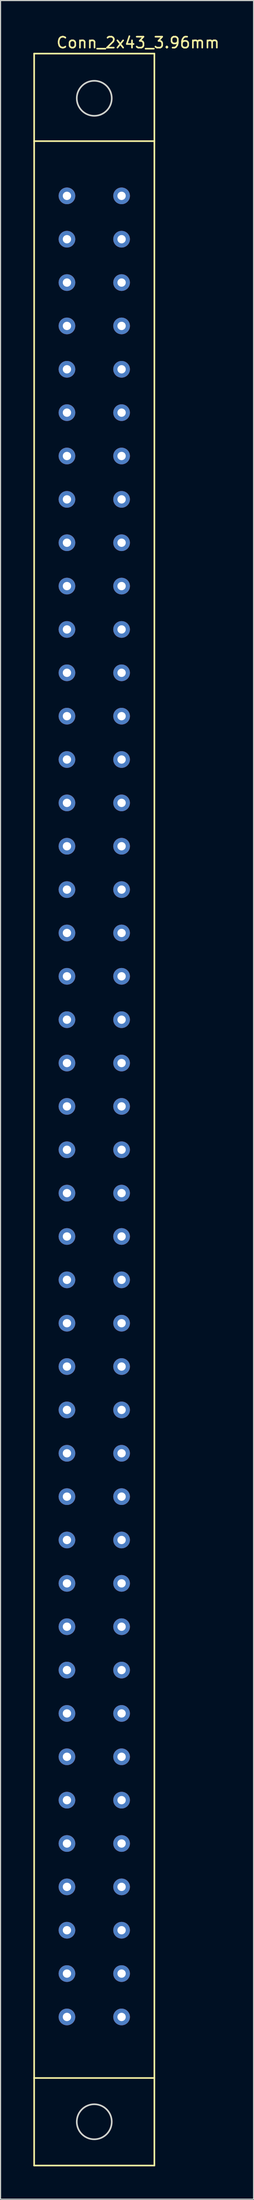
<source format=kicad_pcb>
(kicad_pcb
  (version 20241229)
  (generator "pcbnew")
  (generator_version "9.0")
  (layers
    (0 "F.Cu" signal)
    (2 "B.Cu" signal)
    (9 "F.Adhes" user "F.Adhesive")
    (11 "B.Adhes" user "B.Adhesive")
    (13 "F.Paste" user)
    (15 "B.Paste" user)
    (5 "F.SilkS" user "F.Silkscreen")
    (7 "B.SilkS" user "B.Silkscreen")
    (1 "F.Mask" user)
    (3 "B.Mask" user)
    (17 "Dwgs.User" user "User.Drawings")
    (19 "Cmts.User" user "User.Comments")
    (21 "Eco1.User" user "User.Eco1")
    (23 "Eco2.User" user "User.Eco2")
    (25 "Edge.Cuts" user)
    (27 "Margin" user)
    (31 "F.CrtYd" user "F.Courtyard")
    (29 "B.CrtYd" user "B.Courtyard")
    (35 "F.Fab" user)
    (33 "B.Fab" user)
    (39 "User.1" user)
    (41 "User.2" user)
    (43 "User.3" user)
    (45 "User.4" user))
  (footprint "Conn_2x43_3.96mm"
    (layer "F.Cu")
    (at 7.575 14.848)
    (property "Reference" "Conn_2x43_3.96mm" (at 2 -14 0) (unlocked yes) (layer "F.SilkS") (effects (font (size 1 1) (thickness 0.15))))
    (attr through_hole)
    (fp_line (start -7.5 -13) (end 3.5 -13) (stroke (width 0.15) (type solid)) (layer "F.SilkS"))
    (fp_line (start -7.5 -5) (end -7.5 -13) (stroke (width 0.15) (type solid)) (layer "F.SilkS"))
    (fp_line (start -7.5 -5) (end 3.5 -5) (stroke (width 0.15) (type solid)) (layer "F.SilkS"))
    (fp_line (start -7.5 172) (end -7.5 -5) (stroke (width 0.15) (type solid)) (layer "F.SilkS"))
    (fp_line (start -7.5 172) (end -7.5 180) (stroke (width 0.15) (type solid)) (layer "F.SilkS"))
    (fp_line (start -7.5 180) (end 3.5 180) (stroke (width 0.15) (type solid)) (layer "F.SilkS"))
    (fp_line (start 3.5 -13) (end 3.5 -5) (stroke (width 0.15) (type solid)) (layer "F.SilkS"))
    (fp_line (start 3.5 -5) (end 3.5 172) (stroke (width 0.15) (type solid)) (layer "F.SilkS"))
    (fp_line (start 3.5 172) (end -7.5 172) (stroke (width 0.15) (type solid)) (layer "F.SilkS"))
    (fp_line (start 3.5 180) (end 3.5 172) (stroke (width 0.15) (type solid)) (layer "F.SilkS"))
    (fp_circle (center -2 -8.914) (end -0.4 -8.914) (stroke (width 0.15) (type solid)) (fill no) (layer "Edge.Cuts"))
    (fp_circle (center -2 176) (end -0.4 176) (stroke (width 0.15) (type solid)) (fill no) (layer "Edge.Cuts"))
    (pad "1" thru_hole circle (at -4.5 0) (size 1.524 1.524) (drill 0.762) (layers "*.Cu" "*.Mask"))
    (pad "2" thru_hole circle (at 0.5 0) (size 1.524 1.524) (drill 0.762) (layers "*.Cu" "*.Mask"))
    (pad "3" thru_hole circle (at -4.5 3.962) (size 1.524 1.524) (drill 0.762) (layers "*.Cu" "*.Mask"))
    (pad "4" thru_hole circle (at 0.5 3.962) (size 1.524 1.524) (drill 0.762) (layers "*.Cu" "*.Mask"))
    (pad "5" thru_hole circle (at -4.5 7.925) (size 1.524 1.524) (drill 0.762) (layers "*.Cu" "*.Mask"))
    (pad "6" thru_hole circle (at 0.5 7.925) (size 1.524 1.524) (drill 0.762) (layers "*.Cu" "*.Mask"))
    (pad "7" thru_hole circle (at -4.5 11.887) (size 1.524 1.524) (drill 0.762) (layers "*.Cu" "*.Mask"))
    (pad "8" thru_hole circle (at 0.5 11.887) (size 1.524 1.524) (drill 0.762) (layers "*.Cu" "*.Mask"))
    (pad "9" thru_hole circle (at -4.5 15.85) (size 1.524 1.524) (drill 0.762) (layers "*.Cu" "*.Mask"))
    (pad "10" thru_hole circle (at 0.5 15.85) (size 1.524 1.524) (drill 0.762) (layers "*.Cu" "*.Mask"))
    (pad "11" thru_hole circle (at -4.5 19.812) (size 1.524 1.524) (drill 0.762) (layers "*.Cu" "*.Mask"))
    (pad "12" thru_hole circle (at 0.5 19.812) (size 1.524 1.524) (drill 0.762) (layers "*.Cu" "*.Mask"))
    (pad "13" thru_hole circle (at -4.5 23.774) (size 1.524 1.524) (drill 0.762) (layers "*.Cu" "*.Mask"))
    (pad "14" thru_hole circle (at 0.5 23.774) (size 1.524 1.524) (drill 0.762) (layers "*.Cu" "*.Mask"))
    (pad "15" thru_hole circle (at -4.5 27.737) (size 1.524 1.524) (drill 0.762) (layers "*.Cu" "*.Mask"))
    (pad "16" thru_hole circle (at 0.5 27.737) (size 1.524 1.524) (drill 0.762) (layers "*.Cu" "*.Mask"))
    (pad "17" thru_hole circle (at -4.5 31.699) (size 1.524 1.524) (drill 0.762) (layers "*.Cu" "*.Mask"))
    (pad "18" thru_hole circle (at 0.5 31.699) (size 1.524 1.524) (drill 0.762) (layers "*.Cu" "*.Mask"))
    (pad "19" thru_hole circle (at -4.5 35.662) (size 1.524 1.524) (drill 0.762) (layers "*.Cu" "*.Mask"))
    (pad "20" thru_hole circle (at 0.5 35.662) (size 1.524 1.524) (drill 0.762) (layers "*.Cu" "*.Mask"))
    (pad "21" thru_hole circle (at -4.5 39.624) (size 1.524 1.524) (drill 0.762) (layers "*.Cu" "*.Mask"))
    (pad "22" thru_hole circle (at 0.5 39.624) (size 1.524 1.524) (drill 0.762) (layers "*.Cu" "*.Mask"))
    (pad "23" thru_hole circle (at -4.5 43.586) (size 1.524 1.524) (drill 0.762) (layers "*.Cu" "*.Mask"))
    (pad "24" thru_hole circle (at 0.5 43.586) (size 1.524 1.524) (drill 0.762) (layers "*.Cu" "*.Mask"))
    (pad "25" thru_hole circle (at -4.5 47.549) (size 1.524 1.524) (drill 0.762) (layers "*.Cu" "*.Mask"))
    (pad "26" thru_hole circle (at 0.5 47.549) (size 1.524 1.524) (drill 0.762) (layers "*.Cu" "*.Mask"))
    (pad "27" thru_hole circle (at -4.5 51.511) (size 1.524 1.524) (drill 0.762) (layers "*.Cu" "*.Mask"))
    (pad "28" thru_hole circle (at 0.5 51.511) (size 1.524 1.524) (drill 0.762) (layers "*.Cu" "*.Mask"))
    (pad "29" thru_hole circle (at -4.5 55.474) (size 1.524 1.524) (drill 0.762) (layers "*.Cu" "*.Mask"))
    (pad "30" thru_hole circle (at 0.5 55.474) (size 1.524 1.524) (drill 0.762) (layers "*.Cu" "*.Mask"))
    (pad "31" thru_hole circle (at -4.5 59.436) (size 1.524 1.524) (drill 0.762) (layers "*.Cu" "*.Mask"))
    (pad "32" thru_hole circle (at 0.5 59.436) (size 1.524 1.524) (drill 0.762) (layers "*.Cu" "*.Mask"))
    (pad "33" thru_hole circle (at -4.5 63.398) (size 1.524 1.524) (drill 0.762) (layers "*.Cu" "*.Mask"))
    (pad "34" thru_hole circle (at 0.5 63.398) (size 1.524 1.524) (drill 0.762) (layers "*.Cu" "*.Mask"))
    (pad "35" thru_hole circle (at -4.5 67.361) (size 1.524 1.524) (drill 0.762) (layers "*.Cu" "*.Mask"))
    (pad "36" thru_hole circle (at 0.5 67.361) (size 1.524 1.524) (drill 0.762) (layers "*.Cu" "*.Mask"))
    (pad "37" thru_hole circle (at -4.5 71.323) (size 1.524 1.524) (drill 0.762) (layers "*.Cu" "*.Mask"))
    (pad "38" thru_hole circle (at 0.5 71.323) (size 1.524 1.524) (drill 0.762) (layers "*.Cu" "*.Mask"))
    (pad "39" thru_hole circle (at -4.5 75.286) (size 1.524 1.524) (drill 0.762) (layers "*.Cu" "*.Mask"))
    (pad "40" thru_hole circle (at 0.5 75.286) (size 1.524 1.524) (drill 0.762) (layers "*.Cu" "*.Mask"))
    (pad "41" thru_hole circle (at -4.5 79.248) (size 1.524 1.524) (drill 0.762) (layers "*.Cu" "*.Mask"))
    (pad "42" thru_hole circle (at 0.5 79.248) (size 1.524 1.524) (drill 0.762) (layers "*.Cu" "*.Mask"))
    (pad "43" thru_hole circle (at -4.5 83.21) (size 1.524 1.524) (drill 0.762) (layers "*.Cu" "*.Mask"))
    (pad "44" thru_hole circle (at 0.5 83.21) (size 1.524 1.524) (drill 0.762) (layers "*.Cu" "*.Mask"))
    (pad "45" thru_hole circle (at -4.5 87.173) (size 1.524 1.524) (drill 0.762) (layers "*.Cu" "*.Mask"))
    (pad "46" thru_hole circle (at 0.5 87.173) (size 1.524 1.524) (drill 0.762) (layers "*.Cu" "*.Mask"))
    (pad "47" thru_hole circle (at -4.5 91.135) (size 1.524 1.524) (drill 0.762) (layers "*.Cu" "*.Mask"))
    (pad "48" thru_hole circle (at 0.5 91.135) (size 1.524 1.524) (drill 0.762) (layers "*.Cu" "*.Mask"))
    (pad "49" thru_hole circle (at -4.5 95.098) (size 1.524 1.524) (drill 0.762) (layers "*.Cu" "*.Mask"))
    (pad "50" thru_hole circle (at 0.5 95.098) (size 1.524 1.524) (drill 0.762) (layers "*.Cu" "*.Mask"))
    (pad "51" thru_hole circle (at -4.5 99.06) (size 1.524 1.524) (drill 0.762) (layers "*.Cu" "*.Mask"))
    (pad "52" thru_hole circle (at 0.5 99.06) (size 1.524 1.524) (drill 0.762) (layers "*.Cu" "*.Mask"))
    (pad "53" thru_hole circle (at -4.5 103.022) (size 1.524 1.524) (drill 0.762) (layers "*.Cu" "*.Mask"))
    (pad "54" thru_hole circle (at 0.5 103.022) (size 1.524 1.524) (drill 0.762) (layers "*.Cu" "*.Mask"))
    (pad "55" thru_hole circle (at -4.5 106.985) (size 1.524 1.524) (drill 0.762) (layers "*.Cu" "*.Mask"))
    (pad "56" thru_hole circle (at 0.5 106.985) (size 1.524 1.524) (drill 0.762) (layers "*.Cu" "*.Mask"))
    (pad "57" thru_hole circle (at -4.5 110.947) (size 1.524 1.524) (drill 0.762) (layers "*.Cu" "*.Mask"))
    (pad "58" thru_hole circle (at 0.5 110.947) (size 1.524 1.524) (drill 0.762) (layers "*.Cu" "*.Mask"))
    (pad "59" thru_hole circle (at -4.5 114.91) (size 1.524 1.524) (drill 0.762) (layers "*.Cu" "*.Mask"))
    (pad "60" thru_hole circle (at 0.5 114.91) (size 1.524 1.524) (drill 0.762) (layers "*.Cu" "*.Mask"))
    (pad "61" thru_hole circle (at -4.5 118.872) (size 1.524 1.524) (drill 0.762) (layers "*.Cu" "*.Mask"))
    (pad "62" thru_hole circle (at 0.5 118.872) (size 1.524 1.524) (drill 0.762) (layers "*.Cu" "*.Mask"))
    (pad "63" thru_hole circle (at -4.5 122.834) (size 1.524 1.524) (drill 0.762) (layers "*.Cu" "*.Mask"))
    (pad "64" thru_hole circle (at 0.5 122.834) (size 1.524 1.524) (drill 0.762) (layers "*.Cu" "*.Mask"))
    (pad "65" thru_hole circle (at -4.5 126.797) (size 1.524 1.524) (drill 0.762) (layers "*.Cu" "*.Mask"))
    (pad "66" thru_hole circle (at 0.5 126.797) (size 1.524 1.524) (drill 0.762) (layers "*.Cu" "*.Mask"))
    (pad "67" thru_hole circle (at -4.5 130.759) (size 1.524 1.524) (drill 0.762) (layers "*.Cu" "*.Mask"))
    (pad "68" thru_hole circle (at 0.5 130.759) (size 1.524 1.524) (drill 0.762) (layers "*.Cu" "*.Mask"))
    (pad "69" thru_hole circle (at -4.5 134.722) (size 1.524 1.524) (drill 0.762) (layers "*.Cu" "*.Mask"))
    (pad "70" thru_hole circle (at 0.5 134.722) (size 1.524 1.524) (drill 0.762) (layers "*.Cu" "*.Mask"))
    (pad "71" thru_hole circle (at -4.5 138.684) (size 1.524 1.524) (drill 0.762) (layers "*.Cu" "*.Mask"))
    (pad "72" thru_hole circle (at 0.5 138.684) (size 1.524 1.524) (drill 0.762) (layers "*.Cu" "*.Mask"))
    (pad "73" thru_hole circle (at -4.5 142.646) (size 1.524 1.524) (drill 0.762) (layers "*.Cu" "*.Mask"))
    (pad "74" thru_hole circle (at 0.5 142.646) (size 1.524 1.524) (drill 0.762) (layers "*.Cu" "*.Mask"))
    (pad "75" thru_hole circle (at -4.5 146.609) (size 1.524 1.524) (drill 0.762) (layers "*.Cu" "*.Mask"))
    (pad "76" thru_hole circle (at 0.5 146.609) (size 1.524 1.524) (drill 0.762) (layers "*.Cu" "*.Mask"))
    (pad "77" thru_hole circle (at -4.5 150.571) (size 1.524 1.524) (drill 0.762) (layers "*.Cu" "*.Mask"))
    (pad "78" thru_hole circle (at 0.5 150.571) (size 1.524 1.524) (drill 0.762) (layers "*.Cu" "*.Mask"))
    (pad "79" thru_hole circle (at -4.5 154.534) (size 1.524 1.524) (drill 0.762) (layers "*.Cu" "*.Mask"))
    (pad "80" thru_hole circle (at 0.5 154.534) (size 1.524 1.524) (drill 0.762) (layers "*.Cu" "*.Mask"))
    (pad "81" thru_hole circle (at -4.5 158.496) (size 1.524 1.524) (drill 0.762) (layers "*.Cu" "*.Mask"))
    (pad "82" thru_hole circle (at 0.5 158.496) (size 1.524 1.524) (drill 0.762) (layers "*.Cu" "*.Mask"))
    (pad "83" thru_hole circle (at -4.5 162.458) (size 1.524 1.524) (drill 0.762) (layers "*.Cu" "*.Mask"))
    (pad "84" thru_hole circle (at 0.5 162.458) (size 1.524 1.524) (drill 0.762) (layers "*.Cu" "*.Mask"))
    (pad "85" thru_hole circle (at -4.5 166.421) (size 1.524 1.524) (drill 0.762) (layers "*.Cu" "*.Mask"))
    (pad "86" thru_hole circle (at 0.5 166.421) (size 1.524 1.524) (drill 0.762) (layers "*.Cu" "*.Mask")))
  (gr_rect
    (start -3 -3)
    (end 20.152 197.923)
    (stroke (width 0.1) (type default))
    (fill no)
    (layer "Edge.Cuts")))
</source>
